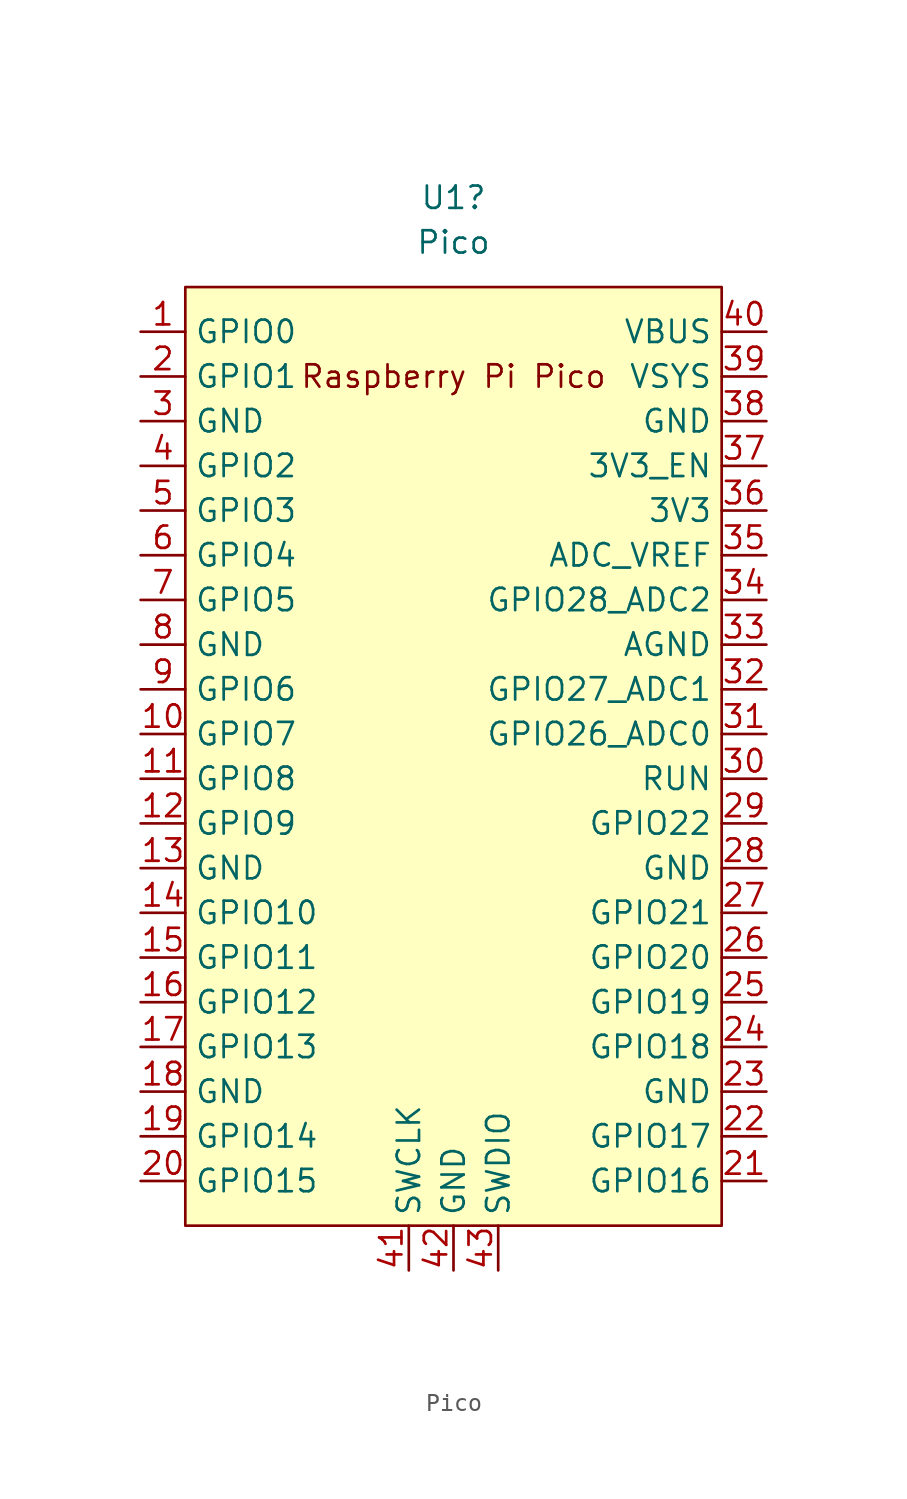
<source format=kicad_sym>
(kicad_symbol_lib
  (version 20211014)
  (generator kicad_symbol_editor)
  (symbol "Pico"
    (property "Reference" "U1"
      (at 0 31.75 0)
      (effects (font (size 1.27 1.27))))
    (property "Value" "Pico"
      (at 0 29.21 0)
      (effects (font (size 1.27 1.27))))
    (symbol "Pico_0_0"
      (text "Raspberry Pi Pico" (at 0 21.59 0) (effects (font (size 1.27 1.27)))))
    (symbol "Pico_0_1"
      (rectangle (start -15.24 26.67) (end 15.24 -26.67) (stroke (width 0) (type default) (color 0 0 0 0)) (fill (type background))))
    (symbol "Pico_1_1"
      (pin bidirectional line (at -17.78 24.13 0) (length 2.54) (name "GPIO0" (effects (font (size 1.27 1.27)))) (number "1" (effects (font (size 1.27 1.27)))))
      (pin bidirectional line (at -17.78 1.27 0) (length 2.54) (name "GPIO7" (effects (font (size 1.27 1.27)))) (number "10" (effects (font (size 1.27 1.27)))))
      (pin bidirectional line (at -17.78 -1.27 0) (length 2.54) (name "GPIO8" (effects (font (size 1.27 1.27)))) (number "11" (effects (font (size 1.27 1.27)))))
      (pin bidirectional line (at -17.78 -3.81 0) (length 2.54) (name "GPIO9" (effects (font (size 1.27 1.27)))) (number "12" (effects (font (size 1.27 1.27)))))
      (pin power_in line (at -17.78 -6.35 0) (length 2.54) (name "GND" (effects (font (size 1.27 1.27)))) (number "13" (effects (font (size 1.27 1.27)))))
      (pin bidirectional line (at -17.78 -8.89 0) (length 2.54) (name "GPIO10" (effects (font (size 1.27 1.27)))) (number "14" (effects (font (size 1.27 1.27)))))
      (pin bidirectional line (at -17.78 -11.43 0) (length 2.54) (name "GPIO11" (effects (font (size 1.27 1.27)))) (number "15" (effects (font (size 1.27 1.27)))))
      (pin bidirectional line (at -17.78 -13.97 0) (length 2.54) (name "GPIO12" (effects (font (size 1.27 1.27)))) (number "16" (effects (font (size 1.27 1.27)))))
      (pin bidirectional line (at -17.78 -16.51 0) (length 2.54) (name "GPIO13" (effects (font (size 1.27 1.27)))) (number "17" (effects (font (size 1.27 1.27)))))
      (pin power_in line (at -17.78 -19.05 0) (length 2.54) (name "GND" (effects (font (size 1.27 1.27)))) (number "18" (effects (font (size 1.27 1.27)))))
      (pin bidirectional line (at -17.78 -21.59 0) (length 2.54) (name "GPIO14" (effects (font (size 1.27 1.27)))) (number "19" (effects (font (size 1.27 1.27)))))
      (pin bidirectional line (at -17.78 21.59 0) (length 2.54) (name "GPIO1" (effects (font (size 1.27 1.27)))) (number "2" (effects (font (size 1.27 1.27)))))
      (pin bidirectional line (at -17.78 -24.13 0) (length 2.54) (name "GPIO15" (effects (font (size 1.27 1.27)))) (number "20" (effects (font (size 1.27 1.27)))))
      (pin bidirectional line (at 17.78 -24.13 180) (length 2.54) (name "GPIO16" (effects (font (size 1.27 1.27)))) (number "21" (effects (font (size 1.27 1.27)))))
      (pin bidirectional line (at 17.78 -21.59 180) (length 2.54) (name "GPIO17" (effects (font (size 1.27 1.27)))) (number "22" (effects (font (size 1.27 1.27)))))
      (pin power_in line (at 17.78 -19.05 180) (length 2.54) (name "GND" (effects (font (size 1.27 1.27)))) (number "23" (effects (font (size 1.27 1.27)))))
      (pin bidirectional line (at 17.78 -16.51 180) (length 2.54) (name "GPIO18" (effects (font (size 1.27 1.27)))) (number "24" (effects (font (size 1.27 1.27)))))
      (pin bidirectional line (at 17.78 -13.97 180) (length 2.54) (name "GPIO19" (effects (font (size 1.27 1.27)))) (number "25" (effects (font (size 1.27 1.27)))))
      (pin bidirectional line (at 17.78 -11.43 180) (length 2.54) (name "GPIO20" (effects (font (size 1.27 1.27)))) (number "26" (effects (font (size 1.27 1.27)))))
      (pin bidirectional line (at 17.78 -8.89 180) (length 2.54) (name "GPIO21" (effects (font (size 1.27 1.27)))) (number "27" (effects (font (size 1.27 1.27)))))
      (pin power_in line (at 17.78 -6.35 180) (length 2.54) (name "GND" (effects (font (size 1.27 1.27)))) (number "28" (effects (font (size 1.27 1.27)))))
      (pin bidirectional line (at 17.78 -3.81 180) (length 2.54) (name "GPIO22" (effects (font (size 1.27 1.27)))) (number "29" (effects (font (size 1.27 1.27)))))
      (pin power_in line (at -17.78 19.05 0) (length 2.54) (name "GND" (effects (font (size 1.27 1.27)))) (number "3" (effects (font (size 1.27 1.27)))))
      (pin input line (at 17.78 -1.27 180) (length 2.54) (name "RUN" (effects (font (size 1.27 1.27)))) (number "30" (effects (font (size 1.27 1.27)))))
      (pin bidirectional line (at 17.78 1.27 180) (length 2.54) (name "GPIO26_ADC0" (effects (font (size 1.27 1.27)))) (number "31" (effects (font (size 1.27 1.27)))))
      (pin bidirectional line (at 17.78 3.81 180) (length 2.54) (name "GPIO27_ADC1" (effects (font (size 1.27 1.27)))) (number "32" (effects (font (size 1.27 1.27)))))
      (pin power_in line (at 17.78 6.35 180) (length 2.54) (name "AGND" (effects (font (size 1.27 1.27)))) (number "33" (effects (font (size 1.27 1.27)))))
      (pin bidirectional line (at 17.78 8.89 180) (length 2.54) (name "GPIO28_ADC2" (effects (font (size 1.27 1.27)))) (number "34" (effects (font (size 1.27 1.27)))))
      (pin power_in line (at 17.78 11.43 180) (length 2.54) (name "ADC_VREF" (effects (font (size 1.27 1.27)))) (number "35" (effects (font (size 1.27 1.27)))))
      (pin power_in line (at 17.78 13.97 180) (length 2.54) (name "3V3" (effects (font (size 1.27 1.27)))) (number "36" (effects (font (size 1.27 1.27)))))
      (pin input line (at 17.78 16.51 180) (length 2.54) (name "3V3_EN" (effects (font (size 1.27 1.27)))) (number "37" (effects (font (size 1.27 1.27)))))
      (pin bidirectional line (at 17.78 19.05 180) (length 2.54) (name "GND" (effects (font (size 1.27 1.27)))) (number "38" (effects (font (size 1.27 1.27)))))
      (pin power_in line (at 17.78 21.59 180) (length 2.54) (name "VSYS" (effects (font (size 1.27 1.27)))) (number "39" (effects (font (size 1.27 1.27)))))
      (pin bidirectional line (at -17.78 16.51 0) (length 2.54) (name "GPIO2" (effects (font (size 1.27 1.27)))) (number "4" (effects (font (size 1.27 1.27)))))
      (pin power_in line (at 17.78 24.13 180) (length 2.54) (name "VBUS" (effects (font (size 1.27 1.27)))) (number "40" (effects (font (size 1.27 1.27)))))
      (pin input line (at -2.54 -29.21 90) (length 2.54) (name "SWCLK" (effects (font (size 1.27 1.27)))) (number "41" (effects (font (size 1.27 1.27)))))
      (pin power_in line (at 0 -29.21 90) (length 2.54) (name "GND" (effects (font (size 1.27 1.27)))) (number "42" (effects (font (size 1.27 1.27)))))
      (pin bidirectional line (at 2.54 -29.21 90) (length 2.54) (name "SWDIO" (effects (font (size 1.27 1.27)))) (number "43" (effects (font (size 1.27 1.27)))))
      (pin bidirectional line (at -17.78 13.97 0) (length 2.54) (name "GPIO3" (effects (font (size 1.27 1.27)))) (number "5" (effects (font (size 1.27 1.27)))))
      (pin bidirectional line (at -17.78 11.43 0) (length 2.54) (name "GPIO4" (effects (font (size 1.27 1.27)))) (number "6" (effects (font (size 1.27 1.27)))))
      (pin bidirectional line (at -17.78 8.89 0) (length 2.54) (name "GPIO5" (effects (font (size 1.27 1.27)))) (number "7" (effects (font (size 1.27 1.27)))))
      (pin power_in line (at -17.78 6.35 0) (length 2.54) (name "GND" (effects (font (size 1.27 1.27)))) (number "8" (effects (font (size 1.27 1.27)))))
      (pin bidirectional line (at -17.78 3.81 0) (length 2.54) (name "GPIO6" (effects (font (size 1.27 1.27)))) (number "9" (effects (font (size 1.27 1.27))))))))
</source>
